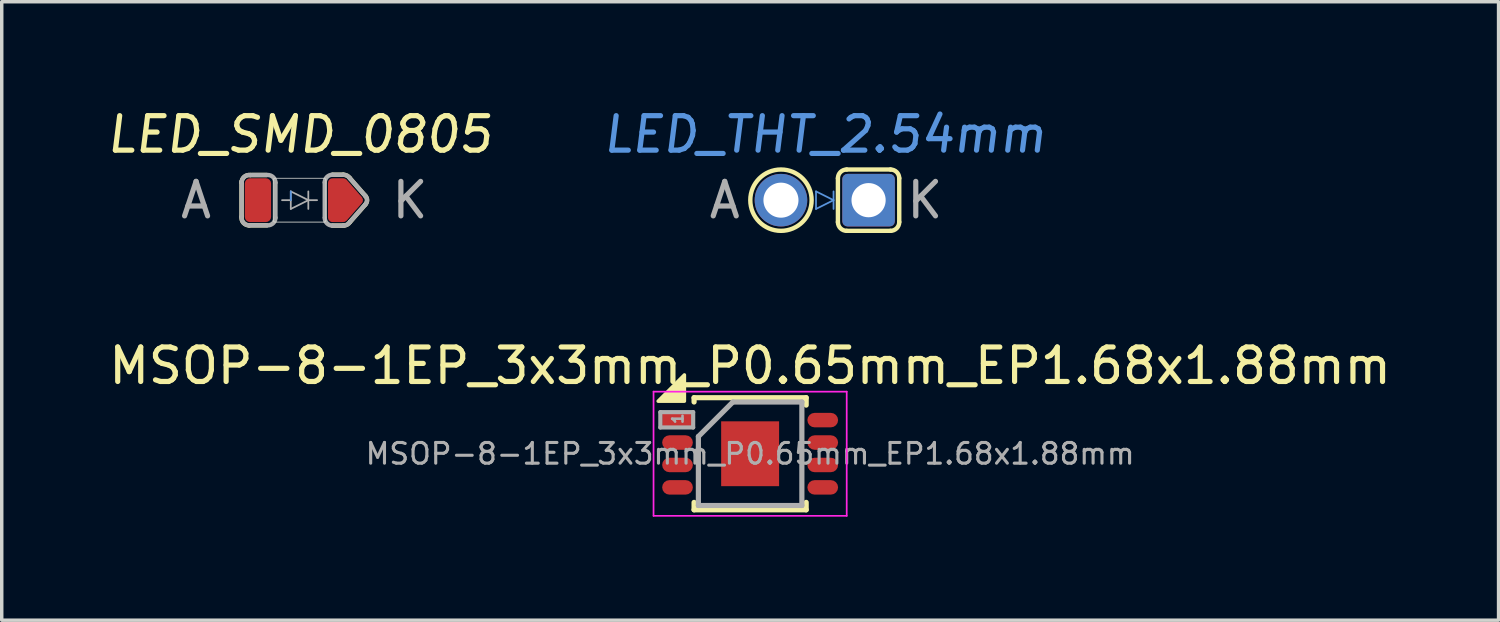
<source format=kicad_pcb>
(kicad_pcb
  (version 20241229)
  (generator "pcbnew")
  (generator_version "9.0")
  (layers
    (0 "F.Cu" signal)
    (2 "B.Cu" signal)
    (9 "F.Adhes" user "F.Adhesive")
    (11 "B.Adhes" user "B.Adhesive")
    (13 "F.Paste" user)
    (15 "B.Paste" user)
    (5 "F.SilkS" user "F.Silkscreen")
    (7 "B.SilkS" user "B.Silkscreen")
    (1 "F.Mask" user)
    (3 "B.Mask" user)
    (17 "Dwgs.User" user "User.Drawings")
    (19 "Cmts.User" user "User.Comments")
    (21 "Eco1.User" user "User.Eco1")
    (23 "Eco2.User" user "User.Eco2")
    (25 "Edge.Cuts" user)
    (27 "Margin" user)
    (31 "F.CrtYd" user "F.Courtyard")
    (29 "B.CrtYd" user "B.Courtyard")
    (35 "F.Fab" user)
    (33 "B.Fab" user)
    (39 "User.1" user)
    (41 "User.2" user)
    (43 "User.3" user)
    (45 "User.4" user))
  (footprint "MSOP-8-1EP_3x3mm_P0.65mm_EP1.68x1.88mm"
    (layer "F.Cu")
    (at 18.696 10.104)
    (property "Reference" "MSOP-8-1EP_3x3mm_P0.65mm_EP1.68x1.88mm" (at 0 -2.55 0) (layer "F.SilkS") (effects (font (size 1 1) (thickness 0.15))))
    (attr smd)
    (fp_line (start -1.625 -1.625) (end -1.625 -1.5) (stroke (width 0.15) (type solid)) (layer "F.SilkS"))
    (fp_line (start -1.625 -1.625) (end 1.625 -1.625) (stroke (width 0.15) (type solid)) (layer "F.SilkS"))
    (fp_line (start -1.625 1.625) (end -1.625 1.41) (stroke (width 0.15) (type solid)) (layer "F.SilkS"))
    (fp_line (start -1.625 1.625) (end 1.625 1.625) (stroke (width 0.15) (type solid)) (layer "F.SilkS"))
    (fp_line (start 1.625 -1.625) (end 1.625 -1.41) (stroke (width 0.15) (type solid)) (layer "F.SilkS"))
    (fp_line (start 1.625 1.625) (end 1.625 1.41) (stroke (width 0.15) (type solid)) (layer "F.SilkS"))
    (fp_poly (pts (xy -2.667 -1.524) (xy -1.905 -1.524) (xy -1.905 -2.286)) (stroke (width 0.1) (type solid)) (fill yes) (layer "F.SilkS"))
    (fp_line (start -2.8 -1.8) (end -2.8 1.8) (stroke (width 0.05) (type solid)) (layer "F.CrtYd"))
    (fp_line (start -2.8 -1.8) (end 2.8 -1.8) (stroke (width 0.05) (type solid)) (layer "F.CrtYd"))
    (fp_line (start -2.8 1.8) (end 2.8 1.8) (stroke (width 0.05) (type solid)) (layer "F.CrtYd"))
    (fp_line (start 2.8 -1.8) (end 2.8 1.8) (stroke (width 0.05) (type solid)) (layer "F.CrtYd"))
    (fp_line (start -2.603 -1.206) (end -1.651 -1.206) (stroke (width 0.12) (type solid)) (layer "F.Fab"))
    (fp_line (start -2.603 -0.762) (end -2.603 -1.206) (stroke (width 0.12) (type solid)) (layer "F.Fab"))
    (fp_line (start -1.651 -1.206) (end -1.651 -0.762) (stroke (width 0.12) (type solid)) (layer "F.Fab"))
    (fp_line (start -1.651 -0.762) (end -2.603 -0.762) (stroke (width 0.12) (type solid)) (layer "F.Fab"))
    (fp_line (start -1.5 -0.5) (end -0.5 -1.5) (stroke (width 0.15) (type solid)) (layer "F.Fab"))
    (fp_line (start -1.5 1.5) (end -1.5 -0.5) (stroke (width 0.15) (type solid)) (layer "F.Fab"))
    (fp_line (start -0.5 -1.5) (end 1.5 -1.5) (stroke (width 0.15) (type solid)) (layer "F.Fab"))
    (fp_line (start 1.5 -1.5) (end 1.5 1.5) (stroke (width 0.15) (type solid)) (layer "F.Fab"))
    (fp_line (start 1.5 1.5) (end -1.5 1.5) (stroke (width 0.15) (type solid)) (layer "F.Fab"))
    (fp_text user "1" (at -2.095 -1.016 90) (layer "F.Fab") (effects (font (size 0.3 0.3) (thickness 0.075))))
    (fp_text user "${REFERENCE}" (at 0 0 0) (layer "F.Fab") (effects (font (size 0.6 0.6) (thickness 0.09))))
    (pad "" smd rect (at -0.42 -0.47) (size 0.66 0.76) (layers "F.Paste"))
    (pad "" smd rect (at -0.42 0.47) (size 0.66 0.76) (layers "F.Paste"))
    (pad "" smd rect (at 0.42 -0.47) (size 0.66 0.76) (layers "F.Paste"))
    (pad "" smd rect (at 0.42 0.47) (size 0.66 0.76) (layers "F.Paste"))
    (pad "1" smd rect (at -2.105 -0.975) (size 0.89 0.42) (layers "F.Cu" "F.Mask" "F.Paste"))
    (pad "2" smd roundrect (at -2.105 -0.325) (size 0.89 0.42) (layers "F.Cu" "F.Mask" "F.Paste") (roundrect_rratio 0.5))
    (pad "3" smd roundrect (at -2.105 0.325) (size 0.89 0.42) (layers "F.Cu" "F.Mask" "F.Paste") (roundrect_rratio 0.5))
    (pad "4" smd roundrect (at -2.105 0.975) (size 0.89 0.42) (layers "F.Cu" "F.Mask" "F.Paste") (roundrect_rratio 0.5))
    (pad "5" smd roundrect (at 2.105 0.975) (size 0.89 0.42) (layers "F.Cu" "F.Mask" "F.Paste") (roundrect_rratio 0.5))
    (pad "6" smd roundrect (at 2.105 0.325) (size 0.89 0.42) (layers "F.Cu" "F.Mask" "F.Paste") (roundrect_rratio 0.5))
    (pad "7" smd roundrect (at 2.105 -0.325) (size 0.89 0.42) (layers "F.Cu" "F.Mask" "F.Paste") (roundrect_rratio 0.5))
    (pad "8" smd roundrect (at 2.105 -0.975) (size 0.89 0.42) (layers "F.Cu" "F.Mask" "F.Paste") (roundrect_rratio 0.5))
    (pad "9" smd rect (at 0 0) (size 1.68 1.88) (layers "F.Cu" "F.Mask")))
  (footprint "LED_SMD_0805"
    (layer "F.Cu")
    (at 5.634 2.753)
    (property "Reference" "LED_SMD_0805" (at 0 -1.905 0) (layer "F.SilkS") (effects (font (size 1 1) (thickness 0.15) (italic yes))))
    (attr through_hole)
    (fp_line (start -1.681 -0.535) (end -1.681 0.481) (stroke (width 0.127) (type solid)) (layer "F.SilkS"))
    (fp_line (start -0.953 -0.73) (end -1.431 -0.729) (stroke (width 0.127) (type solid)) (layer "F.SilkS"))
    (fp_line (start -0.953 0.73) (end -1.46 0.73) (stroke (width 0.127) (type solid)) (layer "F.SilkS"))
    (fp_line (start 0.953 -0.737) (end 1.27 -0.737) (stroke (width 0.127) (type solid)) (layer "F.SilkS"))
    (fp_line (start 0.953 0.737) (end 1.27 0.737) (stroke (width 0.127) (type solid)) (layer "F.SilkS"))
    (fp_line (start 1.905 0.127) (end 1.46 0.635) (stroke (width 0.127) (type solid)) (layer "F.SilkS"))
    (fp_line (start 1.905 -0.127) (end 1.46 -0.635) (stroke (width 0.127) (type solid)) (layer "F.SilkS"))
    (fp_arc (start -1.681046 -0.508) (mid -1.605918 -0.674584) (end -1.431326 -0.728546) (stroke (width 0.127) (type solid)) (layer "F.SilkS"))
    (fp_arc (start -1.4605 0.73025) (mid -1.627084 0.655122) (end -1.681046 0.48053) (stroke (width 0.127) (type solid)) (layer "F.SilkS"))
    (fp_arc (start 1.27 -0.736951) (mid 1.378032 -0.70986) (end 1.460499 -0.634999) (stroke (width 0.127) (type solid)) (layer "F.SilkS"))
    (fp_arc (start 1.4605 0.635) (mid 1.378034 0.709861) (end 1.270001 0.736952) (stroke (width 0.127) (type solid)) (layer "F.SilkS"))
    (fp_arc (start 1.904999 -0.126999) (mid 1.957604 0) (end 1.904999 0.126999) (stroke (width 0.127) (type solid)) (layer "F.SilkS"))
    (fp_line (start -0.254 0) (end -0.254 -0.254) (stroke (width 0.051) (type solid)) (layer "Cmts.User"))
    (fp_line (start -0.762 0.584) (end -0.762 -0.584) (stroke (width 0.025) (type solid)) (layer "Edge.Cuts"))
    (fp_line (start 0.711 -0.635) (end -0.711 -0.635) (stroke (width 0.025) (type solid)) (layer "Edge.Cuts"))
    (fp_line (start 0.711 0.635) (end -0.711 0.635) (stroke (width 0.025) (type solid)) (layer "Edge.Cuts"))
    (fp_line (start 0.762 -0.584) (end 0.762 0.584) (stroke (width 0.025) (type solid)) (layer "Edge.Cuts"))
    (fp_arc (start -0.762 -0.5842) (mid -0.747121 -0.620121) (end -0.7112 -0.635) (stroke (width 0.0254) (type solid)) (layer "Edge.Cuts"))
    (fp_arc (start -0.7112 0.635) (mid -0.747121 0.620121) (end -0.762 0.5842) (stroke (width 0.0254) (type solid)) (layer "Edge.Cuts"))
    (fp_arc (start 0.7112 -0.635) (mid 0.747121 -0.620121) (end 0.762 -0.5842) (stroke (width 0.0254) (type solid)) (layer "Edge.Cuts"))
    (fp_arc (start 0.762 0.5842) (mid 0.747121 0.620121) (end 0.7112 0.635) (stroke (width 0.0254) (type solid)) (layer "Edge.Cuts"))
    (fp_line (start -1.681 -0.535) (end -1.681 0.481) (stroke (width 0.127) (type solid)) (layer "F.Fab"))
    (fp_line (start -0.953 -0.73) (end -1.431 -0.729) (stroke (width 0.127) (type solid)) (layer "F.Fab"))
    (fp_line (start -0.953 0.73) (end -1.46 0.73) (stroke (width 0.127) (type solid)) (layer "F.Fab"))
    (fp_line (start -0.699 -0.508) (end -0.699 0.508) (stroke (width 0.127) (type solid)) (layer "F.Fab"))
    (fp_line (start -0.508 0) (end -0.254 0) (stroke (width 0.051) (type solid)) (layer "F.Fab"))
    (fp_line (start -0.254 -0.254) (end -0.254 0.254) (stroke (width 0.051) (type solid)) (layer "F.Fab"))
    (fp_line (start -0.254 0.254) (end 0.254 0) (stroke (width 0.051) (type solid)) (layer "F.Fab"))
    (fp_line (start 0.254 -0.254) (end 0.254 0.254) (stroke (width 0.051) (type solid)) (layer "F.Fab"))
    (fp_line (start 0.254 0) (end -0.254 -0.254) (stroke (width 0.051) (type solid)) (layer "F.Fab"))
    (fp_line (start 0.254 0) (end 0.508 0) (stroke (width 0.051) (type solid)) (layer "F.Fab"))
    (fp_line (start 0.73 -0.515) (end 0.73 0.501) (stroke (width 0.127) (type solid)) (layer "F.Fab"))
    (fp_line (start 0.953 -0.737) (end 1.27 -0.737) (stroke (width 0.127) (type solid)) (layer "F.Fab"))
    (fp_line (start 0.953 0.737) (end 1.27 0.737) (stroke (width 0.127) (type solid)) (layer "F.Fab"))
    (fp_line (start 1.905 -0.127) (end 1.46 -0.635) (stroke (width 0.127) (type solid)) (layer "F.Fab"))
    (fp_line (start 1.905 0.127) (end 1.46 0.635) (stroke (width 0.127) (type solid)) (layer "F.Fab"))
    (fp_arc (start -1.681046 -0.508) (mid -1.605918 -0.674584) (end -1.431326 -0.728546) (stroke (width 0.127) (type solid)) (layer "F.Fab"))
    (fp_arc (start -1.4605 0.73025) (mid -1.627084 0.655122) (end -1.681046 0.48053) (stroke (width 0.127) (type solid)) (layer "F.Fab"))
    (fp_arc (start -0.92075 -0.73025) (mid -0.763596 -0.665154) (end -0.6985 -0.508) (stroke (width 0.127) (type solid)) (layer "F.Fab"))
    (fp_arc (start -0.6985 0.508) (mid -0.763596 0.665154) (end -0.92075 0.73025) (stroke (width 0.127) (type solid)) (layer "F.Fab"))
    (fp_arc (start 0.73025 -0.514701) (mid 0.795346 -0.671855) (end 0.9525 -0.736951) (stroke (width 0.127) (type solid)) (layer "F.Fab"))
    (fp_arc (start 0.952501 0.736952) (mid 0.795347 0.671856) (end 0.730251 0.514702) (stroke (width 0.127) (type solid)) (layer "F.Fab"))
    (fp_arc (start 1.270041 -0.736952) (mid 1.378051 -0.709852) (end 1.4605 -0.635) (stroke (width 0.127) (type solid)) (layer "F.Fab"))
    (fp_arc (start 1.4605 0.635) (mid 1.378051 0.709852) (end 1.270041 0.736952) (stroke (width 0.127) (type solid)) (layer "F.Fab"))
    (fp_arc (start 1.904999 -0.126999) (mid 1.957604 0) (end 1.904999 0.126999) (stroke (width 0.127) (type solid)) (layer "F.Fab"))
    (fp_text user "A" (at -3 0 0) (layer "F.Fab") (effects (font (size 1 1) (thickness 0.15))))
    (fp_text user "K" (at 3.2 0 0) (layer "F.Fab") (effects (font (size 1 1) (thickness 0.15))))
    (pad "A" smd roundrect (at -1.206 0) (size 0.762 1.27) (layers "F.Cu" "F.Mask" "F.Paste") (roundrect_rratio 0.2))
    (pad "K" smd custom (at 1.206 0) (size 0.254 0.254) (layers "F.Cu" "F.Mask" "F.Paste") (options (anchor circle)) (primitives (gr_poly (pts (xy 0.064 -0.508) (xy 0.508 0) (xy 0.064 0.508)) (width 0.254) (fill yes)) (gr_poly (pts (xy -0.254 -0.635) (xy -0.254 -0.445) (xy 0.064 -0.445) (xy 0.064 -0.635)) (width 0) (fill yes)) (gr_circle (center -0.254 -0.508) (end -0.191 -0.508) (width 0.127) (fill no)) (gr_poly (pts (xy -0.254 0.445) (xy -0.254 0.635) (xy 0.064 0.635) (xy 0.064 0.445)) (width 0) (fill yes)) (gr_poly (pts (xy -0.318 0.508) (xy 0 0.508) (xy 0 -0.508) (xy -0.318 -0.508)) (width 0.127) (fill yes)) (gr_circle (center -0.254 0.508) (end -0.191 0.508) (width 0.127) (fill no)))))
  (footprint "LED_THT_2.54mm"
    (layer "F.Cu")
    (at 20.86 2.753)
    (property "Reference" "LED_THT_2.54mm" (at 0 -1.905 0) (layer "Cmts.User") (effects (font (size 1 1) (thickness 0.15) (italic yes))))
    (attr through_hole)
    (fp_line (start 0.381 0.635) (end 0.381 -0.635) (stroke (width 0.127) (type solid)) (layer "F.SilkS"))
    (fp_line (start 0.635 -0.889) (end 1.905 -0.889) (stroke (width 0.127) (type solid)) (layer "F.SilkS"))
    (fp_line (start 1.905 0.889) (end 0.635 0.889) (stroke (width 0.127) (type solid)) (layer "F.SilkS"))
    (fp_line (start 2.159 -0.635) (end 2.159 0.635) (stroke (width 0.127) (type solid)) (layer "F.SilkS"))
    (fp_arc (start 0.381 -0.635) (mid 0.455395 -0.814605) (end 0.635 -0.889) (stroke (width 0.127) (type solid)) (layer "F.SilkS"))
    (fp_arc (start 0.635 0.889) (mid 0.455395 0.814605) (end 0.381 0.635) (stroke (width 0.127) (type solid)) (layer "F.SilkS"))
    (fp_arc (start 1.905 -0.889) (mid 2.084605 -0.814605) (end 2.159 -0.635) (stroke (width 0.127) (type solid)) (layer "F.SilkS"))
    (fp_arc (start 2.159 0.635) (mid 2.084605 0.814605) (end 1.905 0.889) (stroke (width 0.127) (type solid)) (layer "F.SilkS"))
    (fp_circle (center -1.27 0) (end -0.381 0) (stroke (width 0.127) (type solid)) (fill no) (layer "F.SilkS"))
    (fp_line (start -0.254 -0.254) (end -0.254 0.254) (stroke (width 0.051) (type solid)) (layer "Cmts.User"))
    (fp_line (start -0.254 0.254) (end 0.254 0) (stroke (width 0.051) (type solid)) (layer "Cmts.User"))
    (fp_line (start 0.254 -0.254) (end 0.254 0.254) (stroke (width 0.051) (type solid)) (layer "Cmts.User"))
    (fp_line (start 0.254 0) (end -0.254 -0.254) (stroke (width 0.051) (type solid)) (layer "Cmts.User"))
    (fp_text user "A" (at -2.9 0 0) (layer "F.Fab") (effects (font (size 1 1) (thickness 0.15))))
    (fp_text user "K" (at 2.9 0 0) (layer "F.Fab") (effects (font (size 1 1) (thickness 0.15))))
    (pad "A" thru_hole circle (at -1.27 0) (size 1.524 1.524) (drill 1.016) (layers "*.Cu" "*.Mask"))
    (pad "K" thru_hole roundrect (at 1.27 0) (size 1.524 1.524) (drill 0.991) (layers "*.Cu" "*.Mask") (roundrect_rratio 0.1)))
  (gr_rect
    (start -3 -3)
    (end 40.393 14.929)
    (stroke (width 0.1) (type default))
    (fill no)
    (layer "Edge.Cuts")))
</source>
